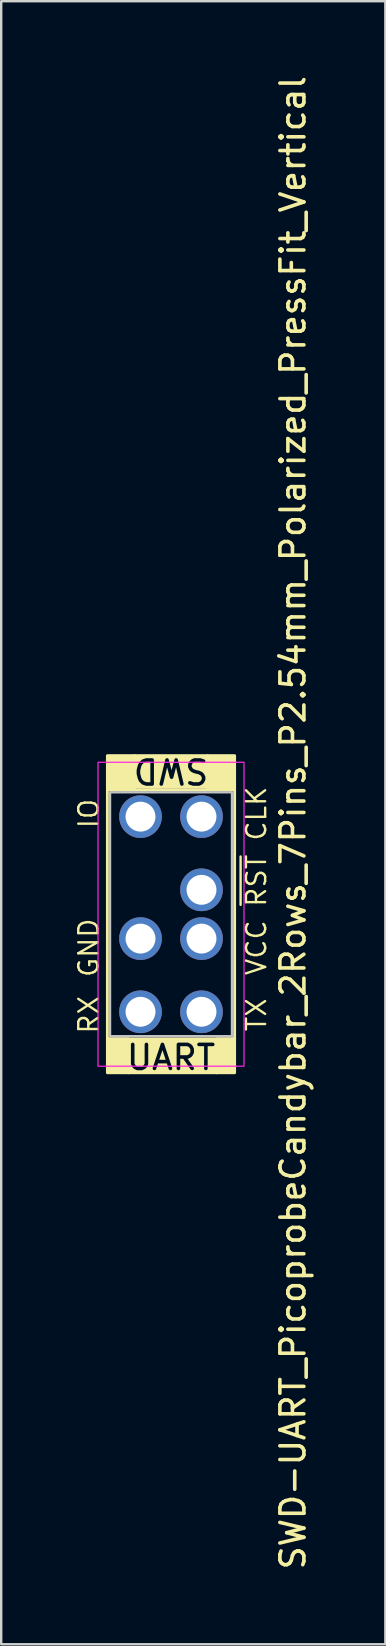
<source format=kicad_pcb>
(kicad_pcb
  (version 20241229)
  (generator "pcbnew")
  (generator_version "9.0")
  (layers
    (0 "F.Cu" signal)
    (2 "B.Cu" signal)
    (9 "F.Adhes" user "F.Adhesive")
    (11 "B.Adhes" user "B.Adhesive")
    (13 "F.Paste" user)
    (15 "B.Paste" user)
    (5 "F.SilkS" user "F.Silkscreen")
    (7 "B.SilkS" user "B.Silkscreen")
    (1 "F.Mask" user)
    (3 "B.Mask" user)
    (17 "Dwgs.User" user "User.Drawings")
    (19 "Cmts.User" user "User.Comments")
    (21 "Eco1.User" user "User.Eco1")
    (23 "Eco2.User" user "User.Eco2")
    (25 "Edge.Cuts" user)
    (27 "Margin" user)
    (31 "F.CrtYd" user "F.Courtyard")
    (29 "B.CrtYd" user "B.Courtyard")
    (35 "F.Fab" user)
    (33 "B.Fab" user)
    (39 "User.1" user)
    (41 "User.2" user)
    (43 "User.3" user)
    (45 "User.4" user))
  (footprint "SWD-UART_PicoprobeCandybar_2Rows_7Pins_P2.54mm_Polarized_PressFit_Vertical"
    (layer "F.Cu")
    (at 2.803 31.22)
    (property "Reference" "SWD-UART_PicoprobeCandybar_2Rows_7Pins_P2.54mm_Polarized_PressFit_Vertical" (at 6.35 0 90) (unlocked yes) (layer "F.SilkS") (effects (font (size 1 1) (thickness 0.15))))
    (attr exclude_from_pos_files exclude_from_bom)
    (fp_line (start -0.254 -2.794) (end 2.794 -2.794) (stroke (width 0.12) (type default)) (layer "F.SilkS"))
    (fp_line (start 3.175 10.414) (end -0.508 10.414) (stroke (width 0.12) (type default)) (layer "F.SilkS"))
    (fp_rect (start -1.38 -2.794) (end -0.254 -1.38) (stroke (width 0.12) (type solid)) (fill yes) (layer "F.SilkS"))
    (fp_rect (start -1.38 -1.38) (end 3.92 9) (stroke (width 0.12) (type default)) (fill no) (layer "F.SilkS"))
    (fp_rect (start -1.38 9) (end -0.508 10.414) (stroke (width 0.12) (type solid)) (fill yes) (layer "F.SilkS"))
    (fp_rect (start 2.794 -2.794) (end 3.92 -1.38) (stroke (width 0.12) (type solid)) (fill yes) (layer "F.SilkS"))
    (fp_rect (start 3.175 9) (end 3.92 10.414) (stroke (width 0.12) (type solid)) (fill yes) (layer "F.SilkS"))
    (fp_rect (start -1.27 -1.27) (end 3.81 8.89) (stroke (width 0.1) (type default)) (fill no) (layer "Dwgs.User"))
    (fp_rect (start -1.77 -2.52) (end 4.31 10.14) (stroke (width 0.05) (type default)) (fill no) (layer "F.CrtYd"))
    (fp_text user "VCC" (at 4.826 5.207 90) (unlocked yes) (layer "F.SilkS") (effects (font (size 0.8 0.8) (thickness 0.1) (bold yes))))
    (fp_text user "UART" (at 1.27 9.779 0) (unlocked yes) (layer "F.SilkS" knockout) (effects (font (size 1 1) (thickness 0.15))))
    (fp_text user "GND" (at -2.159 5.207 90) (unlocked yes) (layer "F.SilkS") (effects (font (size 0.8 0.8) (thickness 0.1) (bold yes))))
    (fp_text user "TX" (at 4.826 8.001 90) (unlocked yes) (layer "F.SilkS") (effects (font (size 0.8 0.8) (thickness 0.1) (bold yes))))
    (fp_text user "IO" (at -2.159 -0.381 90) (unlocked yes) (layer "F.SilkS") (effects (font (size 0.8 0.8) (thickness 0.1) (bold yes))))
    (fp_text user "SWD" (at 1.27 -2.159 180) (unlocked yes) (layer "F.SilkS" knockout) (effects (font (size 1 1) (thickness 0.15))))
    (fp_text user "~{RST}" (at 4.826 2.413 90) (unlocked yes) (layer "F.SilkS") (effects (font (size 0.8 0.8) (thickness 0.1) (bold yes))))
    (fp_text user "RX" (at -2.159 8.001 90) (unlocked yes) (layer "F.SilkS") (effects (font (size 0.8 0.8) (thickness 0.1))))
    (fp_text user "CLK" (at 4.826 -0.381 90) (unlocked yes) (layer "F.SilkS") (effects (font (size 0.8 0.8) (thickness 0.1) (bold yes))))
    (pad "1" thru_hole circle (at 0 -0.254) (size 1.778 1.778) (drill 1.245) (layers "*.Cu" "*.Mask"))
    (pad "2" thru_hole circle (at 2.54 -0.254) (size 1.778 1.778) (drill 1.245) (layers "*.Cu" "*.Mask"))
    (pad "4" thru_hole circle (at 2.54 2.794) (size 1.778 1.778) (drill 1.245) (layers "*.Cu" "*.Mask"))
    (pad "5" thru_hole circle (at 0 4.826) (size 1.778 1.778) (drill 1.245) (layers "*.Cu" "*.Mask"))
    (pad "6" thru_hole circle (at 2.54 4.826) (size 1.778 1.778) (drill 1.245) (layers "*.Cu" "*.Mask"))
    (pad "7" thru_hole circle (at 0 7.874) (size 1.778 1.778) (drill 1.245) (layers "*.Cu" "*.Mask"))
    (pad "8" thru_hole circle (at 2.54 7.874) (size 1.778 1.778) (drill 1.245) (layers "*.Cu" "*.Mask")))
  (gr_rect
    (start -3 -3)
    (end 13.001 65.44)
    (stroke (width 0.1) (type default))
    (fill no)
    (layer "Edge.Cuts")))
</source>
